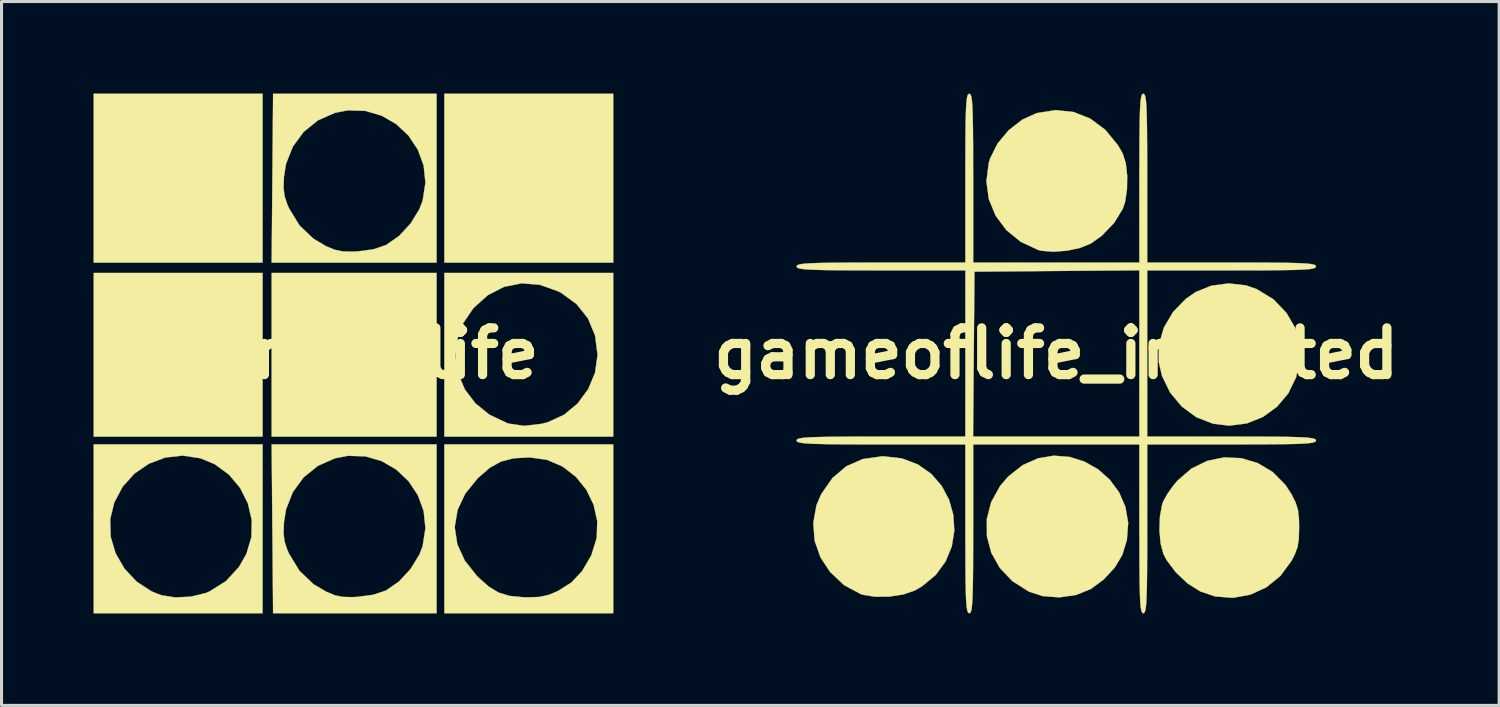
<source format=kicad_pcb>
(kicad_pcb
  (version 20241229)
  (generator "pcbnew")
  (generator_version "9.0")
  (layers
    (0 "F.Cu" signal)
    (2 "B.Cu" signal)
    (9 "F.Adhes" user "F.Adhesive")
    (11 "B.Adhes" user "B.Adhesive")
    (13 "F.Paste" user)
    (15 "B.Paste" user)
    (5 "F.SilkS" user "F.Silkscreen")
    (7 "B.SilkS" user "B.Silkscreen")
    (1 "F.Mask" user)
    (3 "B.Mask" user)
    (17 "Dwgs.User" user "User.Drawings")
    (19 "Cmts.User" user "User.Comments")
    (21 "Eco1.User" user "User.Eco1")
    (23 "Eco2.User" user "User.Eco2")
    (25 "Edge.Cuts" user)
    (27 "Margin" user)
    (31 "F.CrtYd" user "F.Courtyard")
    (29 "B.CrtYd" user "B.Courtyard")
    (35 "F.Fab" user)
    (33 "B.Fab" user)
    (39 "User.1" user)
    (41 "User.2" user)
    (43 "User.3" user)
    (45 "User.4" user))
  (footprint "gameoflife_inverted"
    (layer "F.Cu")
    (at 31.381 8.472)
    (property "Reference" "gameoflife_inverted" (at 0 0 0) (layer "F.SilkS") (effects (font (size 1.524 1.524) (thickness 0.3))))
    (attr through_hole)
    (fp_poly (pts (xy 0.433 3.372) (xy 0.918 3.524) (xy 1.361 3.775) (xy 1.743 4.113) (xy 2.046 4.525) (xy 2.253 4.999) (xy 2.344 5.523) (xy 2.301 6.083) (xy 2.154 6.562) (xy 1.908 6.976) (xy 1.545 7.368) (xy 1.122 7.679) (xy 0.643 7.872) (xy 0.1 7.95) (xy -0.444 7.908) (xy -0.889 7.764) (xy -1.428 7.423) (xy -1.839 6.993) (xy -2.118 6.496) (xy -2.261 5.957) (xy -2.264 5.399) (xy -2.122 4.846) (xy -1.832 4.321) (xy -1.565 4.009) (xy -1.093 3.638) (xy -0.591 3.416) (xy -0.076 3.332) (xy 0.433 3.372)) (stroke (width 0.01) (type solid)) (fill yes) (layer "F.SilkS"))
    (fp_poly (pts (xy 6.18 -2.22) (xy 6.531 -2.099) (xy 7.081 -1.764) (xy 7.508 -1.316) (xy 7.772 -0.859) (xy 7.889 -0.567) (xy 7.944 -0.308) (xy 7.949 -0.000387) (xy 7.939 0.173) (xy 7.819 0.772) (xy 7.564 1.298) (xy 7.195 1.736) (xy 6.736 2.069) (xy 6.208 2.28) (xy 5.633 2.352) (xy 5.108 2.289) (xy 4.564 2.076) (xy 4.09 1.728) (xy 3.709 1.27) (xy 3.447 0.731) (xy 3.34 0.279) (xy 3.346 -0.289) (xy 3.507 -0.842) (xy 3.805 -1.349) (xy 4.226 -1.783) (xy 4.543 -2.002) (xy 5.054 -2.209) (xy 5.617 -2.283) (xy 6.18 -2.22)) (stroke (width 0.01) (type solid)) (fill yes) (layer "F.SilkS"))
    (fp_poly (pts (xy -5.028 3.421) (xy -4.509 3.619) (xy -4.076 3.924) (xy -3.737 4.314) (xy -3.495 4.768) (xy -3.356 5.262) (xy -3.324 5.777) (xy -3.406 6.289) (xy -3.606 6.777) (xy -3.929 7.218) (xy -4.38 7.592) (xy -4.61 7.724) (xy -4.984 7.854) (xy -5.439 7.924) (xy -5.902 7.93) (xy -6.301 7.866) (xy -6.372 7.843) (xy -6.917 7.551) (xy -7.374 7.121) (xy -7.686 6.646) (xy -7.877 6.103) (xy -7.92 5.523) (xy -7.818 4.951) (xy -7.663 4.586) (xy -7.292 4.056) (xy -6.84 3.675) (xy -6.305 3.441) (xy -5.686 3.353) (xy -5.63 3.352) (xy -5.028 3.421)) (stroke (width 0.01) (type solid)) (fill yes) (layer "F.SilkS"))
    (fp_poly (pts (xy 0.568 -7.87) (xy 1.113 -7.653) (xy 1.599 -7.29) (xy 2.01 -6.788) (xy 2.165 -6.519) (xy 2.266 -6.204) (xy 2.312 -5.793) (xy 2.305 -5.352) (xy 2.244 -4.946) (xy 2.171 -4.723) (xy 1.887 -4.258) (xy 1.484 -3.839) (xy 1.125 -3.583) (xy 0.782 -3.443) (xy 0.354 -3.351) (xy -0.089 -3.316) (xy -0.478 -3.347) (xy -0.593 -3.376) (xy -1.163 -3.643) (xy -1.628 -4.023) (xy -1.977 -4.493) (xy -2.198 -5.028) (xy -2.277 -5.607) (xy -2.202 -6.204) (xy -2.157 -6.357) (xy -1.917 -6.839) (xy -1.555 -7.274) (xy -1.11 -7.621) (xy -0.637 -7.835) (xy -0.021 -7.933) (xy 0.568 -7.87)) (stroke (width 0.01) (type solid)) (fill yes) (layer "F.SilkS"))
    (fp_poly (pts (xy 6.033 3.413) (xy 6.568 3.574) (xy 7.056 3.866) (xy 7.47 4.286) (xy 7.667 4.587) (xy 7.803 4.86) (xy 7.879 5.105) (xy 7.911 5.394) (xy 7.916 5.673) (xy 7.906 6.039) (xy 7.864 6.309) (xy 7.773 6.554) (xy 7.667 6.758) (xy 7.306 7.25) (xy 6.849 7.621) (xy 6.325 7.862) (xy 5.759 7.965) (xy 5.18 7.92) (xy 4.699 7.759) (xy 4.285 7.499) (xy 3.897 7.135) (xy 3.592 6.727) (xy 3.491 6.531) (xy 3.401 6.191) (xy 3.363 5.762) (xy 3.379 5.32) (xy 3.449 4.935) (xy 3.491 4.814) (xy 3.627 4.571) (xy 3.827 4.291) (xy 3.95 4.145) (xy 4.41 3.749) (xy 4.928 3.498) (xy 5.478 3.387) (xy 6.033 3.413)) (stroke (width 0.01) (type solid)) (fill yes) (layer "F.SilkS"))
    (fp_poly (pts (xy 2.872 -8.449) (xy 2.9 -8.384) (xy 2.922 -8.257) (xy 2.938 -8.05) (xy 2.95 -7.747) (xy 2.957 -7.331) (xy 2.961 -6.787) (xy 2.963 -6.098) (xy 2.963 -5.715) (xy 2.963 -2.963) (xy 5.715 -2.963) (xy 6.479 -2.963) (xy 7.09 -2.96) (xy 7.564 -2.954) (xy 7.919 -2.944) (xy 8.169 -2.93) (xy 8.332 -2.911) (xy 8.425 -2.886) (xy 8.463 -2.854) (xy 8.467 -2.836) (xy 8.449 -2.801) (xy 8.384 -2.773) (xy 8.257 -2.751) (xy 8.05 -2.735) (xy 7.747 -2.723) (xy 7.331 -2.716) (xy 6.787 -2.711) (xy 6.098 -2.71) (xy 5.715 -2.709) (xy 2.963 -2.709) (xy 2.963 2.709) (xy 5.715 2.709) (xy 6.479 2.71) (xy 7.09 2.713) (xy 7.564 2.719) (xy 7.919 2.729) (xy 8.169 2.743) (xy 8.332 2.762) (xy 8.425 2.787) (xy 8.463 2.819) (xy 8.467 2.836) (xy 8.449 2.872) (xy 8.384 2.9) (xy 8.257 2.922) (xy 8.05 2.938) (xy 7.747 2.95) (xy 7.331 2.957) (xy 6.787 2.961) (xy 6.098 2.963) (xy 5.715 2.963) (xy 2.963 2.963) (xy 2.963 5.715) (xy 2.963 6.479) (xy 2.96 7.09) (xy 2.954 7.564) (xy 2.944 7.919) (xy 2.93 8.169) (xy 2.911 8.332) (xy 2.886 8.425) (xy 2.854 8.463) (xy 2.836 8.467) (xy 2.801 8.449) (xy 2.773 8.384) (xy 2.751 8.257) (xy 2.735 8.05) (xy 2.723 7.747) (xy 2.716 7.331) (xy 2.711 6.787) (xy 2.71 6.098) (xy 2.709 5.715) (xy 2.709 2.963) (xy -2.709 2.963) (xy -2.709 5.715) (xy -2.71 6.479) (xy -2.713 7.09) (xy -2.719 7.564) (xy -2.729 7.919) (xy -2.743 8.169) (xy -2.762 8.332) (xy -2.787 8.425) (xy -2.819 8.463) (xy -2.836 8.467) (xy -2.872 8.449) (xy -2.9 8.384) (xy -2.922 8.257) (xy -2.938 8.05) (xy -2.95 7.747) (xy -2.957 7.331) (xy -2.961 6.787) (xy -2.963 6.098) (xy -2.963 5.715) (xy -2.963 2.963) (xy -5.715 2.963) (xy -6.479 2.963) (xy -7.09 2.96) (xy -7.564 2.954) (xy -7.919 2.944) (xy -8.169 2.93) (xy -8.332 2.911) (xy -8.425 2.886) (xy -8.463 2.854) (xy -8.467 2.836) (xy -8.449 2.801) (xy -8.384 2.773) (xy -8.257 2.751) (xy -8.05 2.735) (xy -7.747 2.723) (xy -7.331 2.716) (xy -6.787 2.711) (xy -6.098 2.71) (xy -5.715 2.709) (xy -2.963 2.709) (xy -2.712 2.709) (xy 2.709 2.709) (xy 2.709 -2.712) (xy -2.667 -2.667) (xy -2.712 2.709) (xy -2.963 2.709) (xy -2.963 -2.709) (xy -5.715 -2.709) (xy -6.479 -2.71) (xy -7.09 -2.713) (xy -7.564 -2.719) (xy -7.919 -2.729) (xy -8.169 -2.743) (xy -8.332 -2.762) (xy -8.425 -2.787) (xy -8.463 -2.819) (xy -8.467 -2.836) (xy -8.449 -2.872) (xy -8.384 -2.9) (xy -8.257 -2.922) (xy -8.05 -2.938) (xy -7.747 -2.95) (xy -7.331 -2.957) (xy -6.787 -2.961) (xy -6.098 -2.963) (xy -5.715 -2.963) (xy -2.963 -2.963) (xy -2.963 -5.715) (xy -2.963 -6.479) (xy -2.96 -7.09) (xy -2.954 -7.564) (xy -2.944 -7.919) (xy -2.93 -8.169) (xy -2.911 -8.332) (xy -2.886 -8.425) (xy -2.854 -8.463) (xy -2.836 -8.467) (xy -2.801 -8.449) (xy -2.773 -8.384) (xy -2.751 -8.257) (xy -2.735 -8.05) (xy -2.723 -7.747) (xy -2.716 -7.331) (xy -2.711 -6.787) (xy -2.71 -6.098) (xy -2.709 -5.715) (xy -2.709 -2.963) (xy 2.709 -2.963) (xy 2.709 -5.715) (xy 2.71 -6.479) (xy 2.713 -7.09) (xy 2.719 -7.564) (xy 2.729 -7.919) (xy 2.743 -8.169) (xy 2.762 -8.332) (xy 2.787 -8.425) (xy 2.819 -8.463) (xy 2.836 -8.467) (xy 2.872 -8.449)) (stroke (width 0.01) (type solid)) (fill yes) (layer "F.SilkS")))
  (footprint "gameoflife"
    (layer "F.Cu")
    (at 8.472 8.472)
    (property "Reference" "gameoflife" (at 0 0 0) (layer "F.SilkS") (effects (font (size 1.524 1.524) (thickness 0.3))))
    (attr through_hole)
    (fp_poly (pts (xy -2.963 -2.963) (xy -8.467 -2.963) (xy -8.467 -8.467) (xy -2.963 -8.467) (xy -2.963 -2.963)) (stroke (width 0.01) (type solid)) (fill yes) (layer "F.SilkS"))
    (fp_poly (pts (xy -2.963 2.709) (xy -8.467 2.709) (xy -8.467 -2.625) (xy -2.963 -2.625) (xy -2.963 2.709)) (stroke (width 0.01) (type solid)) (fill yes) (layer "F.SilkS"))
    (fp_poly (pts (xy 8.467 -2.963) (xy 2.963 -2.963) (xy 2.963 -8.467) (xy 8.467 -8.467) (xy 8.467 -2.963)) (stroke (width 0.01) (type solid)) (fill yes) (layer "F.SilkS"))
    (fp_poly (pts (xy 2.709 2.709) (xy 0.021 2.709) (xy -2.667 2.709) (xy -2.667 -2.625) (xy 2.709 -2.625) (xy 2.709 2.709)) (stroke (width 0.01) (type solid)) (fill yes) (layer "F.SilkS"))
    (fp_poly (pts (xy -2.963 8.467) (xy -8.467 8.467) (xy -8.467 5.401) (xy -7.93 5.401) (xy -7.916 5.968) (xy -7.753 6.517) (xy -7.462 7.019) (xy -7.061 7.443) (xy -6.573 7.76) (xy -6.266 7.88) (xy -5.808 7.952) (xy -5.298 7.927) (xy -4.821 7.81) (xy -4.697 7.759) (xy -4.156 7.42) (xy -3.732 6.959) (xy -3.489 6.531) (xy -3.327 5.986) (xy -3.316 5.428) (xy -3.443 4.884) (xy -3.696 4.381) (xy -4.06 3.947) (xy -4.524 3.608) (xy -4.986 3.416) (xy -5.57 3.328) (xy -6.14 3.393) (xy -6.672 3.595) (xy -7.141 3.916) (xy -7.524 4.342) (xy -7.797 4.856) (xy -7.93 5.401) (xy -8.467 5.401) (xy -8.467 2.963) (xy -2.963 2.963) (xy -2.963 8.467)) (stroke (width 0.01) (type solid)) (fill yes) (layer "F.SilkS"))
    (fp_poly (pts (xy 8.467 2.709) (xy 2.963 2.709) (xy 2.963 0.122) (xy 3.324 0.122) (xy 3.413 0.665) (xy 3.632 1.174) (xy 3.974 1.625) (xy 4.433 1.997) (xy 5 2.266) (xy 5.08 2.291) (xy 5.569 2.359) (xy 6.132 2.293) (xy 6.343 2.238) (xy 6.862 1.999) (xy 7.306 1.631) (xy 7.651 1.163) (xy 7.875 0.626) (xy 7.956 0.051) (xy 7.956 0.042) (xy 7.876 -0.584) (xy 7.647 -1.138) (xy 7.276 -1.607) (xy 6.772 -1.975) (xy 6.676 -2.025) (xy 6.077 -2.239) (xy 5.483 -2.287) (xy 4.912 -2.174) (xy 4.38 -1.901) (xy 3.911 -1.48) (xy 3.566 -0.974) (xy 3.373 -0.432) (xy 3.324 0.122) (xy 2.963 0.122) (xy 2.963 -2.625) (xy 8.467 -2.625) (xy 8.467 2.709)) (stroke (width 0.01) (type solid)) (fill yes) (layer "F.SilkS"))
    (fp_poly (pts (xy 2.709 -2.963) (xy 0.021 -2.963) (xy -2.667 -2.963) (xy -2.646 -5.405) (xy -2.279 -5.405) (xy -2.248 -5.135) (xy -2.16 -4.868) (xy -2.099 -4.729) (xy -1.759 -4.174) (xy -1.303 -3.74) (xy -0.891 -3.496) (xy -0.616 -3.382) (xy -0.36 -3.327) (xy -0.046 -3.319) (xy 0.127 -3.326) (xy 0.647 -3.395) (xy 1.055 -3.532) (xy 1.069 -3.539) (xy 1.489 -3.833) (xy 1.864 -4.239) (xy 2.148 -4.703) (xy 2.255 -4.981) (xy 2.346 -5.568) (xy 2.287 -6.129) (xy 2.096 -6.647) (xy 1.792 -7.103) (xy 1.394 -7.477) (xy 0.92 -7.751) (xy 0.388 -7.907) (xy -0.182 -7.926) (xy -0.602 -7.845) (xy -1.159 -7.599) (xy -1.624 -7.224) (xy -1.976 -6.744) (xy -2.199 -6.181) (xy -2.266 -5.761) (xy -2.279 -5.405) (xy -2.646 -5.405) (xy -2.62 -8.467) (xy 2.709 -8.467) (xy 2.709 -2.963)) (stroke (width 0.01) (type solid)) (fill yes) (layer "F.SilkS"))
    (fp_poly (pts (xy 2.709 2.963) (xy 2.709 8.467) (xy -2.62 8.467) (xy -2.642 5.855) (xy -2.279 5.855) (xy -2.248 6.126) (xy -2.16 6.393) (xy -2.099 6.531) (xy -1.759 7.087) (xy -1.303 7.521) (xy -0.891 7.764) (xy -0.616 7.879) (xy -0.36 7.934) (xy -0.046 7.942) (xy 0.127 7.934) (xy 0.647 7.865) (xy 1.055 7.729) (xy 1.069 7.722) (xy 1.489 7.428) (xy 1.864 7.021) (xy 2.148 6.558) (xy 2.255 6.28) (xy 2.346 5.693) (xy 2.287 5.131) (xy 2.096 4.613) (xy 1.792 4.158) (xy 1.394 3.784) (xy 0.92 3.509) (xy 0.388 3.353) (xy -0.182 3.335) (xy -0.602 3.416) (xy -1.159 3.662) (xy -1.624 4.036) (xy -1.976 4.517) (xy -2.199 5.08) (xy -2.266 5.5) (xy -2.279 5.855) (xy -2.642 5.855) (xy -2.644 5.715) (xy -2.667 2.963) (xy 2.709 2.963)) (stroke (width 0.01) (type solid)) (fill yes) (layer "F.SilkS"))
    (fp_poly (pts (xy 8.467 8.467) (xy 2.963 8.467) (xy 2.963 5.673) (xy 3.302 5.673) (xy 3.385 6.221) (xy 3.629 6.754) (xy 4.026 7.254) (xy 4.05 7.279) (xy 4.4 7.592) (xy 4.724 7.792) (xy 5.083 7.902) (xy 5.534 7.946) (xy 5.677 7.95) (xy 6.065 7.936) (xy 6.379 7.865) (xy 6.67 7.74) (xy 7.104 7.464) (xy 7.448 7.101) (xy 7.736 6.611) (xy 7.759 6.562) (xy 7.929 6.015) (xy 7.946 5.464) (xy 7.828 4.93) (xy 7.59 4.44) (xy 7.246 4.016) (xy 6.813 3.683) (xy 6.306 3.465) (xy 5.739 3.387) (xy 5.736 3.387) (xy 5.219 3.417) (xy 4.805 3.524) (xy 4.438 3.729) (xy 4.061 4.057) (xy 4.05 4.068) (xy 3.646 4.565) (xy 3.394 5.096) (xy 3.302 5.644) (xy 3.302 5.673) (xy 2.963 5.673) (xy 2.963 2.963) (xy 8.467 2.963) (xy 8.467 8.467)) (stroke (width 0.01) (type solid)) (fill yes) (layer "F.SilkS")))
  (gr_rect
    (start -3 -3)
    (end 45.818 19.943)
    (stroke (width 0.1) (type default))
    (fill no)
    (layer "Edge.Cuts")))
</source>
